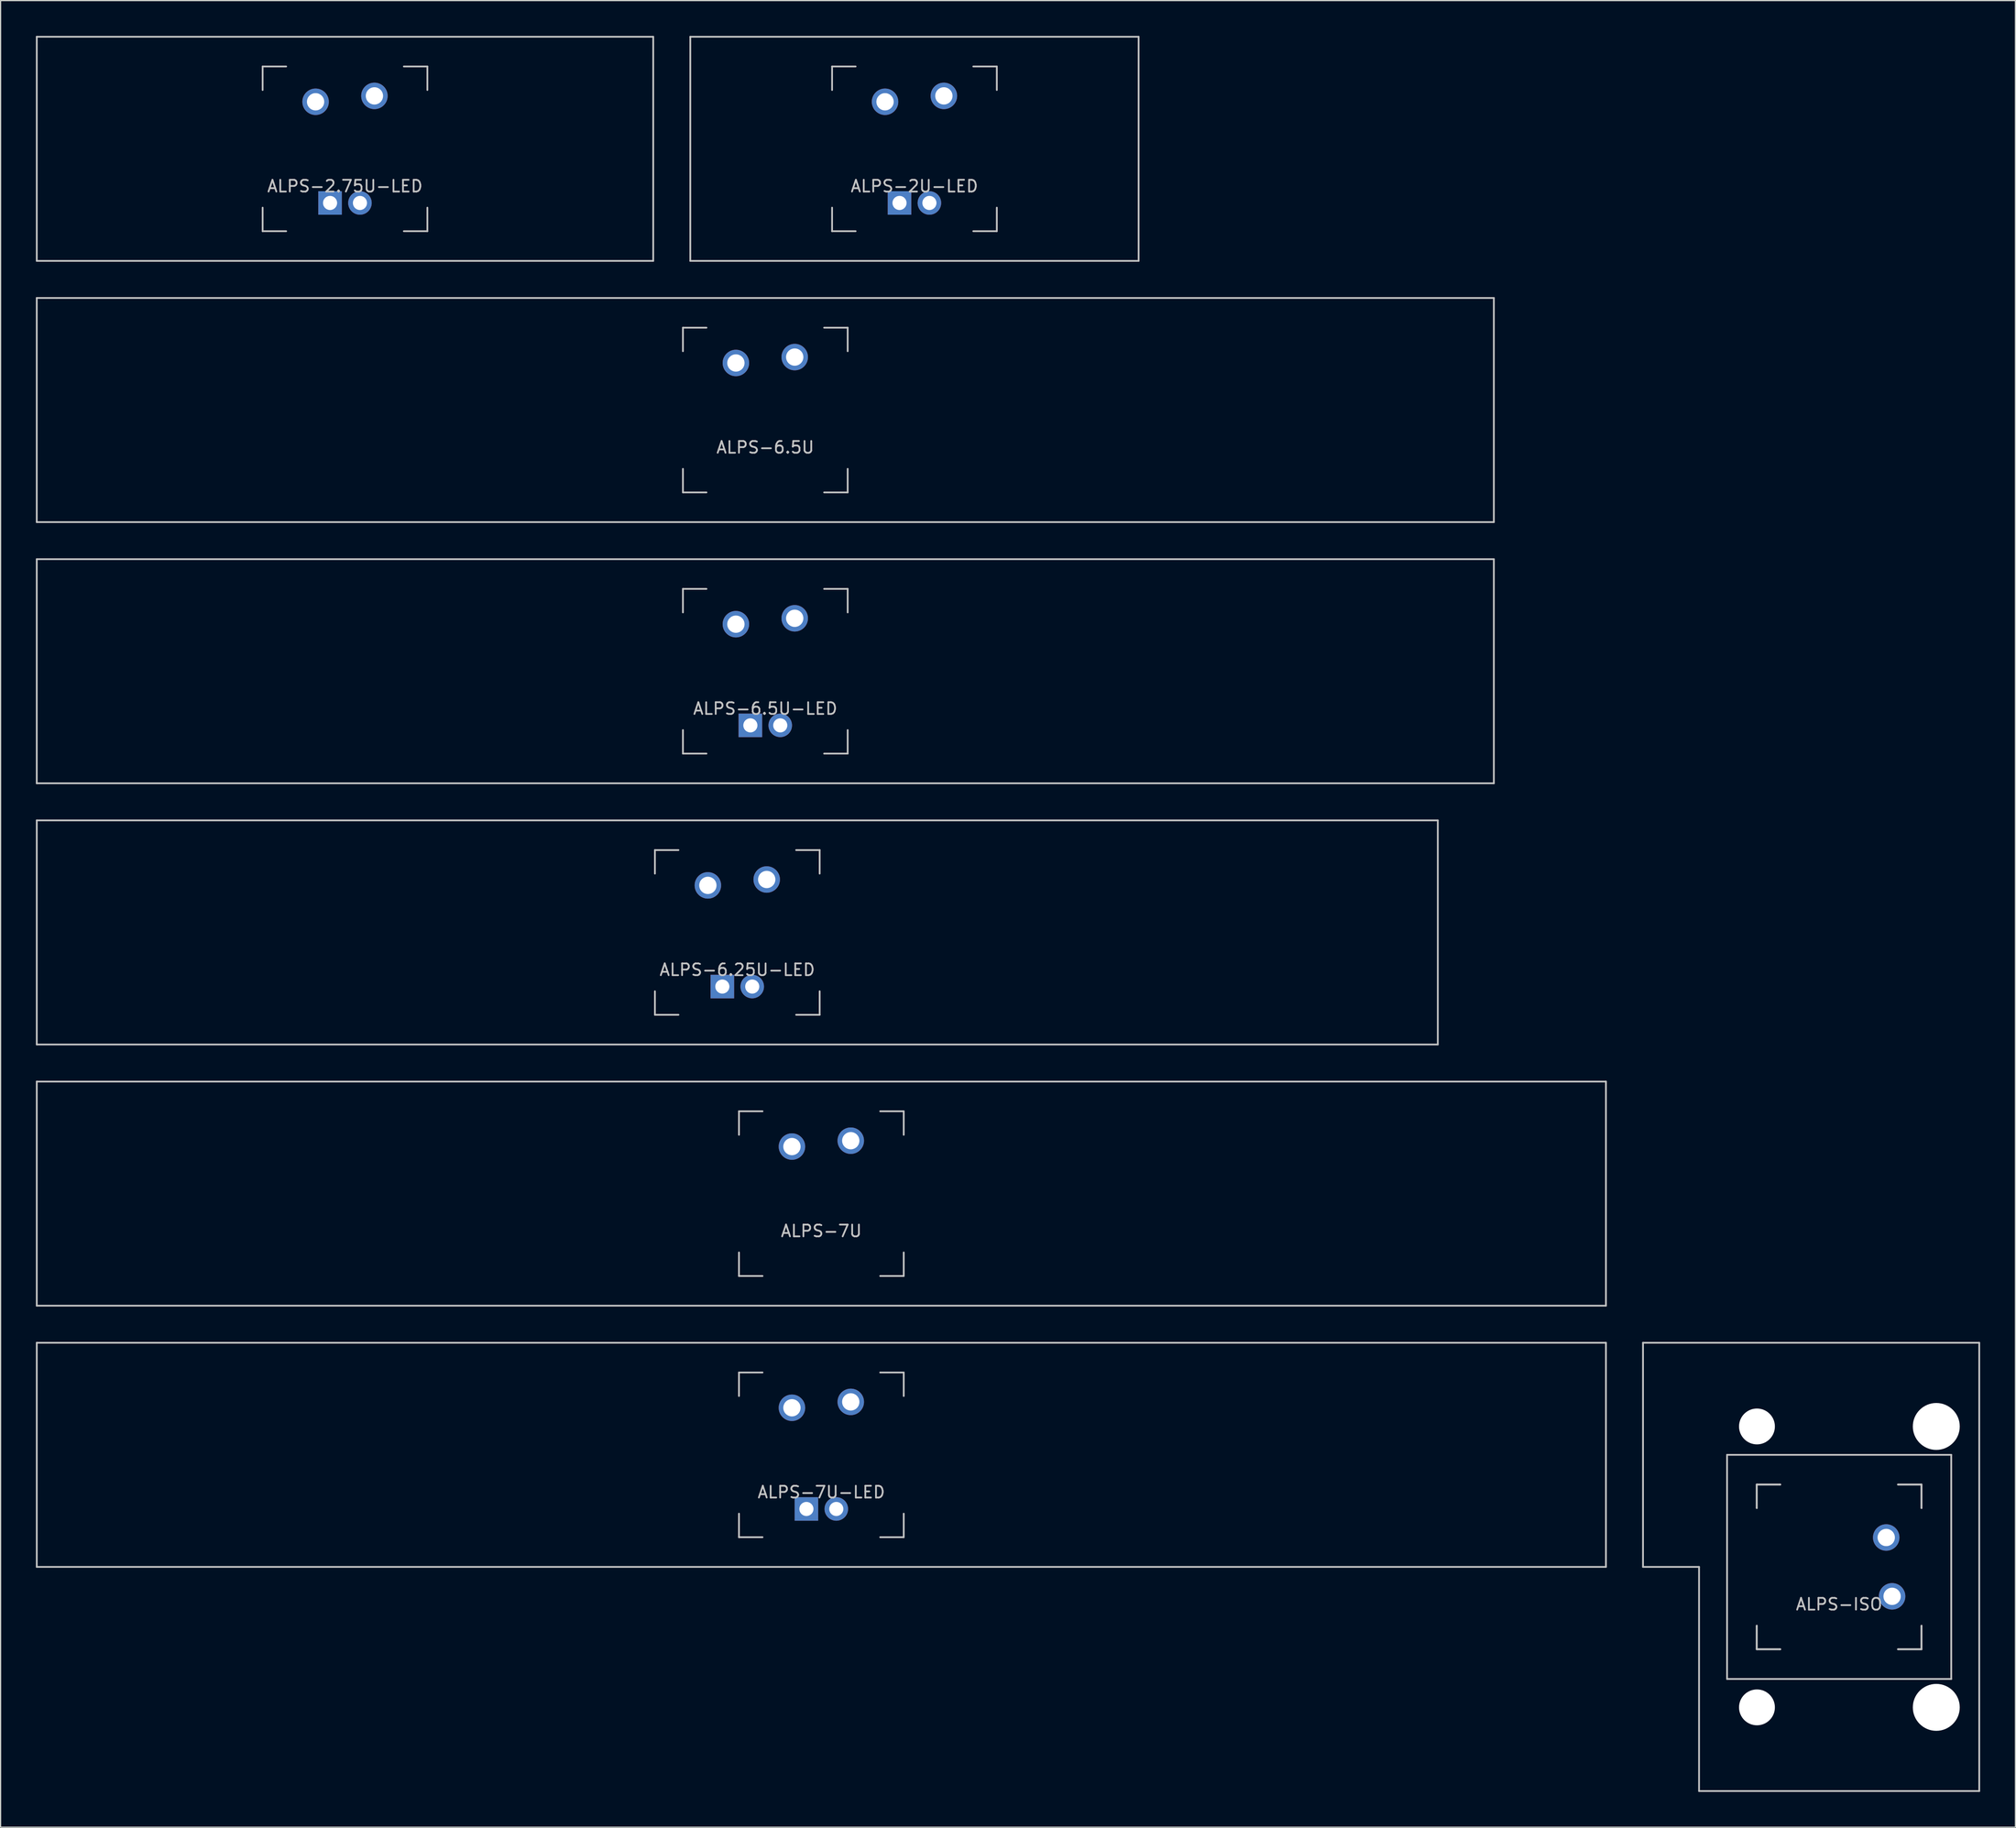
<source format=kicad_pcb>
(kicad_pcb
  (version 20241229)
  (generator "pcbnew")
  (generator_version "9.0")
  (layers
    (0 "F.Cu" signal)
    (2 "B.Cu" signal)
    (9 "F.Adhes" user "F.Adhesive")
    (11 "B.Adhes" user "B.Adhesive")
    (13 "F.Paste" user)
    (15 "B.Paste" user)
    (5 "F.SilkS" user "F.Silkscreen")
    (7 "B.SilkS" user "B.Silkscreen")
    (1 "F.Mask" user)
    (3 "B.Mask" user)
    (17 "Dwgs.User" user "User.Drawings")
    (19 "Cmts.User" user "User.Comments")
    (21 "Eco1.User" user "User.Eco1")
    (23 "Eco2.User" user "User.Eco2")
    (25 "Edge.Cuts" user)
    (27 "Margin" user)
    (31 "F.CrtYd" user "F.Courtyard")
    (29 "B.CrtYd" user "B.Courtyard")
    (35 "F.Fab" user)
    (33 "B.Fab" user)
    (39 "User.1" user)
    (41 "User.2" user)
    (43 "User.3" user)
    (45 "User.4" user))
  (footprint "ALPS-2.75U-LED"
    (layer "F.Cu")
    (at 26.269 9.6)
    (property "Reference" "ALPS-2.75U-LED" (at 0 3.175 0) (layer "Dwgs.User") (effects (font (size 1 1) (thickness 0.15))))
    (attr through_hole)
    (fp_line (start -26.194 -9.525) (end 26.194 -9.525) (stroke (width 0.15) (type solid)) (layer "Dwgs.User"))
    (fp_line (start -26.194 9.525) (end -26.194 -9.525) (stroke (width 0.15) (type solid)) (layer "Dwgs.User"))
    (fp_line (start -26.194 9.525) (end 26.194 9.525) (stroke (width 0.15) (type solid)) (layer "Dwgs.User"))
    (fp_line (start -7 -7) (end -7 -5) (stroke (width 0.15) (type solid)) (layer "Dwgs.User"))
    (fp_line (start -7 5) (end -7 7) (stroke (width 0.15) (type solid)) (layer "Dwgs.User"))
    (fp_line (start -7 7) (end -5 7) (stroke (width 0.15) (type solid)) (layer "Dwgs.User"))
    (fp_line (start -5 -7) (end -7 -7) (stroke (width 0.15) (type solid)) (layer "Dwgs.User"))
    (fp_line (start 5 -7) (end 7 -7) (stroke (width 0.15) (type solid)) (layer "Dwgs.User"))
    (fp_line (start 5 7) (end 7 7) (stroke (width 0.15) (type solid)) (layer "Dwgs.User"))
    (fp_line (start 7 -7) (end 7 -5) (stroke (width 0.15) (type solid)) (layer "Dwgs.User"))
    (fp_line (start 7 7) (end 7 5) (stroke (width 0.15) (type solid)) (layer "Dwgs.User"))
    (fp_line (start 26.194 -9.525) (end 26.194 9.525) (stroke (width 0.15) (type solid)) (layer "Dwgs.User"))
    (pad "1" thru_hole circle (at -2.5 -4) (size 2.25 2.25) (drill 1.47) (layers "*.Cu" "B.Mask"))
    (pad "2" thru_hole circle (at 2.5 -4.5) (size 2.25 2.25) (drill 1.47) (layers "*.Cu" "B.Mask"))
    (pad "3" thru_hole circle (at 1.27 4.6) (size 2 2) (drill 1.2) (layers "*.Cu" "B.Mask"))
    (pad "4" thru_hole rect (at -1.27 4.6) (size 2 2) (drill 1.2) (layers "*.Cu" "B.Mask")))
  (footprint "ALPS-7U"
    (layer "F.Cu")
    (at 66.75 98.4)
    (property "Reference" "ALPS-7U" (at 0 3.175 0) (layer "Dwgs.User") (effects (font (size 1 1) (thickness 0.15))))
    (attr through_hole)
    (fp_line (start -66.675 -9.525) (end 66.675 -9.525) (stroke (width 0.15) (type solid)) (layer "Dwgs.User"))
    (fp_line (start -66.675 9.525) (end -66.675 -9.525) (stroke (width 0.15) (type solid)) (layer "Dwgs.User"))
    (fp_line (start -66.675 9.525) (end 66.675 9.525) (stroke (width 0.15) (type solid)) (layer "Dwgs.User"))
    (fp_line (start -7 -7) (end -7 -5) (stroke (width 0.15) (type solid)) (layer "Dwgs.User"))
    (fp_line (start -7 5) (end -7 7) (stroke (width 0.15) (type solid)) (layer "Dwgs.User"))
    (fp_line (start -7 7) (end -5 7) (stroke (width 0.15) (type solid)) (layer "Dwgs.User"))
    (fp_line (start -5 -7) (end -7 -7) (stroke (width 0.15) (type solid)) (layer "Dwgs.User"))
    (fp_line (start 5 -7) (end 7 -7) (stroke (width 0.15) (type solid)) (layer "Dwgs.User"))
    (fp_line (start 5 7) (end 7 7) (stroke (width 0.15) (type solid)) (layer "Dwgs.User"))
    (fp_line (start 7 -7) (end 7 -5) (stroke (width 0.15) (type solid)) (layer "Dwgs.User"))
    (fp_line (start 7 7) (end 7 5) (stroke (width 0.15) (type solid)) (layer "Dwgs.User"))
    (fp_line (start 66.675 -9.525) (end 66.675 9.525) (stroke (width 0.15) (type solid)) (layer "Dwgs.User"))
    (pad "1" thru_hole circle (at -2.5 -4) (size 2.25 2.25) (drill 1.47) (layers "*.Cu" "B.Mask"))
    (pad "2" thru_hole oval (at 2.5 -4.5 86.055) (size 2.25 2.25) (drill 1.47) (layers "*.Cu" "B.Mask")))
  (footprint "ALPS-2U-LED"
    (layer "F.Cu")
    (at 74.662 9.6)
    (property "Reference" "ALPS-2U-LED" (at 0 3.175 0) (layer "Dwgs.User") (effects (font (size 1 1) (thickness 0.15))))
    (attr through_hole)
    (fp_line (start -19.05 -9.525) (end 19.05 -9.525) (stroke (width 0.15) (type solid)) (layer "Dwgs.User"))
    (fp_line (start -19.05 9.525) (end -19.05 -9.525) (stroke (width 0.15) (type solid)) (layer "Dwgs.User"))
    (fp_line (start -19.05 9.525) (end 19.05 9.525) (stroke (width 0.15) (type solid)) (layer "Dwgs.User"))
    (fp_line (start -7 -7) (end -7 -5) (stroke (width 0.15) (type solid)) (layer "Dwgs.User"))
    (fp_line (start -7 5) (end -7 7) (stroke (width 0.15) (type solid)) (layer "Dwgs.User"))
    (fp_line (start -7 7) (end -5 7) (stroke (width 0.15) (type solid)) (layer "Dwgs.User"))
    (fp_line (start -5 -7) (end -7 -7) (stroke (width 0.15) (type solid)) (layer "Dwgs.User"))
    (fp_line (start 5 -7) (end 7 -7) (stroke (width 0.15) (type solid)) (layer "Dwgs.User"))
    (fp_line (start 5 7) (end 7 7) (stroke (width 0.15) (type solid)) (layer "Dwgs.User"))
    (fp_line (start 7 -7) (end 7 -5) (stroke (width 0.15) (type solid)) (layer "Dwgs.User"))
    (fp_line (start 7 7) (end 7 5) (stroke (width 0.15) (type solid)) (layer "Dwgs.User"))
    (fp_line (start 19.05 -9.525) (end 19.05 9.525) (stroke (width 0.15) (type solid)) (layer "Dwgs.User"))
    (pad "1" thru_hole circle (at -2.5 -4) (size 2.25 2.25) (drill 1.47) (layers "*.Cu" "B.Mask"))
    (pad "2" thru_hole circle (at 2.5 -4.5) (size 2.25 2.25) (drill 1.47) (layers "*.Cu" "B.Mask"))
    (pad "3" thru_hole circle (at 1.27 4.6) (size 2 2) (drill 1.2) (layers "*.Cu" "B.Mask"))
    (pad "4" thru_hole rect (at -1.27 4.6) (size 2 2) (drill 1.2) (layers "*.Cu" "B.Mask")))
  (footprint "ALPS-6.5U-LED"
    (layer "F.Cu")
    (at 61.987 54)
    (property "Reference" "ALPS-6.5U-LED" (at 0 3.175 0) (layer "Dwgs.User") (effects (font (size 1 1) (thickness 0.15))))
    (attr through_hole)
    (fp_line (start -61.913 -9.525) (end 61.913 -9.525) (stroke (width 0.15) (type solid)) (layer "Dwgs.User"))
    (fp_line (start -61.913 9.525) (end -61.913 -9.525) (stroke (width 0.15) (type solid)) (layer "Dwgs.User"))
    (fp_line (start -61.913 9.525) (end 61.913 9.525) (stroke (width 0.15) (type solid)) (layer "Dwgs.User"))
    (fp_line (start -7 -7) (end -7 -5) (stroke (width 0.15) (type solid)) (layer "Dwgs.User"))
    (fp_line (start -7 5) (end -7 7) (stroke (width 0.15) (type solid)) (layer "Dwgs.User"))
    (fp_line (start -7 7) (end -5 7) (stroke (width 0.15) (type solid)) (layer "Dwgs.User"))
    (fp_line (start -5 -7) (end -7 -7) (stroke (width 0.15) (type solid)) (layer "Dwgs.User"))
    (fp_line (start 5 -7) (end 7 -7) (stroke (width 0.15) (type solid)) (layer "Dwgs.User"))
    (fp_line (start 5 7) (end 7 7) (stroke (width 0.15) (type solid)) (layer "Dwgs.User"))
    (fp_line (start 7 -7) (end 7 -5) (stroke (width 0.15) (type solid)) (layer "Dwgs.User"))
    (fp_line (start 7 7) (end 7 5) (stroke (width 0.15) (type solid)) (layer "Dwgs.User"))
    (fp_line (start 61.913 -9.525) (end 61.913 9.525) (stroke (width 0.15) (type solid)) (layer "Dwgs.User"))
    (pad "1" thru_hole circle (at -2.5 -4) (size 2.25 2.25) (drill 1.47) (layers "*.Cu" "B.Mask"))
    (pad "2" thru_hole circle (at 2.5 -4.5) (size 2.25 2.25) (drill 1.47) (layers "*.Cu" "B.Mask"))
    (pad "3" thru_hole circle (at 1.27 4.6) (size 2 2) (drill 1.2) (layers "*.Cu" "B.Mask"))
    (pad "4" thru_hole rect (at -1.27 4.6) (size 2 2) (drill 1.2) (layers "*.Cu" "B.Mask")))
  (footprint "ALPS-6.5U"
    (layer "F.Cu")
    (at 61.987 31.8)
    (property "Reference" "ALPS-6.5U" (at 0 3.175 0) (layer "Dwgs.User") (effects (font (size 1 1) (thickness 0.15))))
    (attr through_hole)
    (fp_line (start -61.913 -9.525) (end 61.913 -9.525) (stroke (width 0.15) (type solid)) (layer "Dwgs.User"))
    (fp_line (start -61.913 9.525) (end -61.913 -9.525) (stroke (width 0.15) (type solid)) (layer "Dwgs.User"))
    (fp_line (start -61.913 9.525) (end 61.913 9.525) (stroke (width 0.15) (type solid)) (layer "Dwgs.User"))
    (fp_line (start -7 -7) (end -7 -5) (stroke (width 0.15) (type solid)) (layer "Dwgs.User"))
    (fp_line (start -7 5) (end -7 7) (stroke (width 0.15) (type solid)) (layer "Dwgs.User"))
    (fp_line (start -7 7) (end -5 7) (stroke (width 0.15) (type solid)) (layer "Dwgs.User"))
    (fp_line (start -5 -7) (end -7 -7) (stroke (width 0.15) (type solid)) (layer "Dwgs.User"))
    (fp_line (start 5 -7) (end 7 -7) (stroke (width 0.15) (type solid)) (layer "Dwgs.User"))
    (fp_line (start 5 7) (end 7 7) (stroke (width 0.15) (type solid)) (layer "Dwgs.User"))
    (fp_line (start 7 -7) (end 7 -5) (stroke (width 0.15) (type solid)) (layer "Dwgs.User"))
    (fp_line (start 7 7) (end 7 5) (stroke (width 0.15) (type solid)) (layer "Dwgs.User"))
    (fp_line (start 61.913 -9.525) (end 61.913 9.525) (stroke (width 0.15) (type solid)) (layer "Dwgs.User"))
    (pad "1" thru_hole circle (at -2.5 -4) (size 2.25 2.25) (drill 1.47) (layers "*.Cu" "B.Mask"))
    (pad "2" thru_hole circle (at 2.5 -4.5) (size 2.25 2.25) (drill 1.47) (layers "*.Cu" "B.Mask")))
  (footprint "ALPS-7U-LED"
    (layer "F.Cu")
    (at 66.75 120.6)
    (property "Reference" "ALPS-7U-LED" (at 0 3.175 0) (layer "Dwgs.User") (effects (font (size 1 1) (thickness 0.15))))
    (attr through_hole)
    (fp_line (start -66.675 -9.525) (end 66.675 -9.525) (stroke (width 0.15) (type solid)) (layer "Dwgs.User"))
    (fp_line (start -66.675 9.525) (end -66.675 -9.525) (stroke (width 0.15) (type solid)) (layer "Dwgs.User"))
    (fp_line (start -66.675 9.525) (end 66.675 9.525) (stroke (width 0.15) (type solid)) (layer "Dwgs.User"))
    (fp_line (start -7 -7) (end -7 -5) (stroke (width 0.15) (type solid)) (layer "Dwgs.User"))
    (fp_line (start -7 5) (end -7 7) (stroke (width 0.15) (type solid)) (layer "Dwgs.User"))
    (fp_line (start -7 7) (end -5 7) (stroke (width 0.15) (type solid)) (layer "Dwgs.User"))
    (fp_line (start -5 -7) (end -7 -7) (stroke (width 0.15) (type solid)) (layer "Dwgs.User"))
    (fp_line (start 5 -7) (end 7 -7) (stroke (width 0.15) (type solid)) (layer "Dwgs.User"))
    (fp_line (start 5 7) (end 7 7) (stroke (width 0.15) (type solid)) (layer "Dwgs.User"))
    (fp_line (start 7 -7) (end 7 -5) (stroke (width 0.15) (type solid)) (layer "Dwgs.User"))
    (fp_line (start 7 7) (end 7 5) (stroke (width 0.15) (type solid)) (layer "Dwgs.User"))
    (fp_line (start 66.675 -9.525) (end 66.675 9.525) (stroke (width 0.15) (type solid)) (layer "Dwgs.User"))
    (pad "1" thru_hole circle (at -2.5 -4) (size 2.25 2.25) (drill 1.47) (layers "*.Cu" "B.Mask"))
    (pad "2" thru_hole circle (at 2.5 -4.5) (size 2.25 2.25) (drill 1.47) (layers "*.Cu" "B.Mask"))
    (pad "3" thru_hole circle (at 1.27 4.6) (size 2 2) (drill 1.2) (layers "*.Cu" "B.Mask"))
    (pad "4" thru_hole rect (at -1.27 4.6) (size 2 2) (drill 1.2) (layers "*.Cu" "B.Mask")))
  (footprint "ALPS-ISO"
    (layer "F.Cu")
    (at 153.244 130.125)
    (property "Reference" "ALPS-ISO" (at 0 3.175 0) (layer "Dwgs.User") (effects (font (size 1 1) (thickness 0.15))))
    (attr through_hole)
    (fp_line (start -16.669 -19.05) (end -16.669 0) (stroke (width 0.15) (type solid)) (layer "Dwgs.User"))
    (fp_line (start -16.669 -19.05) (end 11.906 -19.05) (stroke (width 0.15) (type solid)) (layer "Dwgs.User"))
    (fp_line (start -11.906 0) (end -16.669 0) (stroke (width 0.15) (type solid)) (layer "Dwgs.User"))
    (fp_line (start -11.906 19.05) (end -11.906 0) (stroke (width 0.15) (type solid)) (layer "Dwgs.User"))
    (fp_line (start -11.906 19.05) (end 11.906 19.05) (stroke (width 0.15) (type solid)) (layer "Dwgs.User"))
    (fp_line (start -9.525 -9.525) (end -9.525 9.525) (stroke (width 0.15) (type solid)) (layer "Dwgs.User"))
    (fp_line (start -9.525 -9.525) (end 9.525 -9.525) (stroke (width 0.15) (type solid)) (layer "Dwgs.User"))
    (fp_line (start -7 -7) (end -7 -5) (stroke (width 0.15) (type solid)) (layer "Dwgs.User"))
    (fp_line (start -7 -7) (end -7 -5) (stroke (width 0.15) (type solid)) (layer "Dwgs.User"))
    (fp_line (start -7 5) (end -7 7) (stroke (width 0.15) (type solid)) (layer "Dwgs.User"))
    (fp_line (start -7 5) (end -7 7) (stroke (width 0.15) (type solid)) (layer "Dwgs.User"))
    (fp_line (start -7 7) (end -5 7) (stroke (width 0.15) (type solid)) (layer "Dwgs.User"))
    (fp_line (start -7 7) (end -5 7) (stroke (width 0.15) (type solid)) (layer "Dwgs.User"))
    (fp_line (start -5 -7) (end -7 -7) (stroke (width 0.15) (type solid)) (layer "Dwgs.User"))
    (fp_line (start -5 -7) (end -7 -7) (stroke (width 0.15) (type solid)) (layer "Dwgs.User"))
    (fp_line (start 5 -7) (end 7 -7) (stroke (width 0.15) (type solid)) (layer "Dwgs.User"))
    (fp_line (start 5 7) (end 7 7) (stroke (width 0.15) (type solid)) (layer "Dwgs.User"))
    (fp_line (start 7 -7) (end 5 -7) (stroke (width 0.15) (type solid)) (layer "Dwgs.User"))
    (fp_line (start 7 -7) (end 7 -5) (stroke (width 0.15) (type solid)) (layer "Dwgs.User"))
    (fp_line (start 7 -5) (end 7 -7) (stroke (width 0.15) (type solid)) (layer "Dwgs.User"))
    (fp_line (start 7 5) (end 7 7) (stroke (width 0.15) (type solid)) (layer "Dwgs.User"))
    (fp_line (start 7 7) (end 5 7) (stroke (width 0.15) (type solid)) (layer "Dwgs.User"))
    (fp_line (start 7 7) (end 7 5) (stroke (width 0.15) (type solid)) (layer "Dwgs.User"))
    (fp_line (start 9.525 -9.525) (end 9.525 9.525) (stroke (width 0.15) (type solid)) (layer "Dwgs.User"))
    (fp_line (start 9.525 9.525) (end -9.525 9.525) (stroke (width 0.15) (type solid)) (layer "Dwgs.User"))
    (fp_line (start 11.906 -19.05) (end 11.906 19.05) (stroke (width 0.15) (type solid)) (layer "Dwgs.User"))
    (pad "" np_thru_hole circle (at -6.985 -11.938) (size 3.048 3.048) (drill 3.048) (layers "*.Cu" "*.Mask"))
    (pad "" np_thru_hole circle (at -6.985 11.938) (size 3.048 3.048) (drill 3.048) (layers "*.Cu" "*.Mask"))
    (pad "" np_thru_hole circle (at 8.255 -11.938) (size 3.988 3.988) (drill 3.988) (layers "*.Cu" "*.Mask"))
    (pad "" np_thru_hole circle (at 8.255 11.938) (size 3.988 3.988) (drill 3.988) (layers "*.Cu" "*.Mask"))
    (pad "1" thru_hole circle (at 4 -2.5 270) (size 2.25 2.25) (drill 1.47) (layers "*.Cu" "B.Mask"))
    (pad "2" thru_hole circle (at 4.5 2.5 270) (size 2.25 2.25) (drill 1.47) (layers "*.Cu" "B.Mask")))
  (footprint "ALPS-6.25U-LED"
    (layer "F.Cu")
    (at 59.606 76.2)
    (property "Reference" "ALPS-6.25U-LED" (at 0 3.175 0) (layer "Dwgs.User") (effects (font (size 1 1) (thickness 0.15))))
    (attr through_hole)
    (fp_line (start -59.531 -9.525) (end 59.531 -9.525) (stroke (width 0.15) (type solid)) (layer "Dwgs.User"))
    (fp_line (start -59.531 9.525) (end -59.531 -9.525) (stroke (width 0.15) (type solid)) (layer "Dwgs.User"))
    (fp_line (start -59.531 9.525) (end 59.531 9.525) (stroke (width 0.15) (type solid)) (layer "Dwgs.User"))
    (fp_line (start -7 -7) (end -7 -5) (stroke (width 0.15) (type solid)) (layer "Dwgs.User"))
    (fp_line (start -7 5) (end -7 7) (stroke (width 0.15) (type solid)) (layer "Dwgs.User"))
    (fp_line (start -7 7) (end -5 7) (stroke (width 0.15) (type solid)) (layer "Dwgs.User"))
    (fp_line (start -5 -7) (end -7 -7) (stroke (width 0.15) (type solid)) (layer "Dwgs.User"))
    (fp_line (start 5 -7) (end 7 -7) (stroke (width 0.15) (type solid)) (layer "Dwgs.User"))
    (fp_line (start 5 7) (end 7 7) (stroke (width 0.15) (type solid)) (layer "Dwgs.User"))
    (fp_line (start 7 -7) (end 7 -5) (stroke (width 0.15) (type solid)) (layer "Dwgs.User"))
    (fp_line (start 7 7) (end 7 5) (stroke (width 0.15) (type solid)) (layer "Dwgs.User"))
    (fp_line (start 59.531 -9.525) (end 59.531 9.525) (stroke (width 0.15) (type solid)) (layer "Dwgs.User"))
    (pad "1" thru_hole circle (at -2.5 -4) (size 2.25 2.25) (drill 1.47) (layers "*.Cu" "B.Mask"))
    (pad "2" thru_hole circle (at 2.5 -4.5) (size 2.25 2.25) (drill 1.47) (layers "*.Cu" "B.Mask"))
    (pad "3" thru_hole circle (at 1.27 4.6) (size 2 2) (drill 1.2) (layers "*.Cu" "B.Mask"))
    (pad "4" thru_hole rect (at -1.27 4.6) (size 2 2) (drill 1.2) (layers "*.Cu" "B.Mask")))
  (gr_rect
    (start -3 -3)
    (end 168.225 152.25)
    (stroke (width 0.1) (type default))
    (fill no)
    (layer "Edge.Cuts")))
</source>
